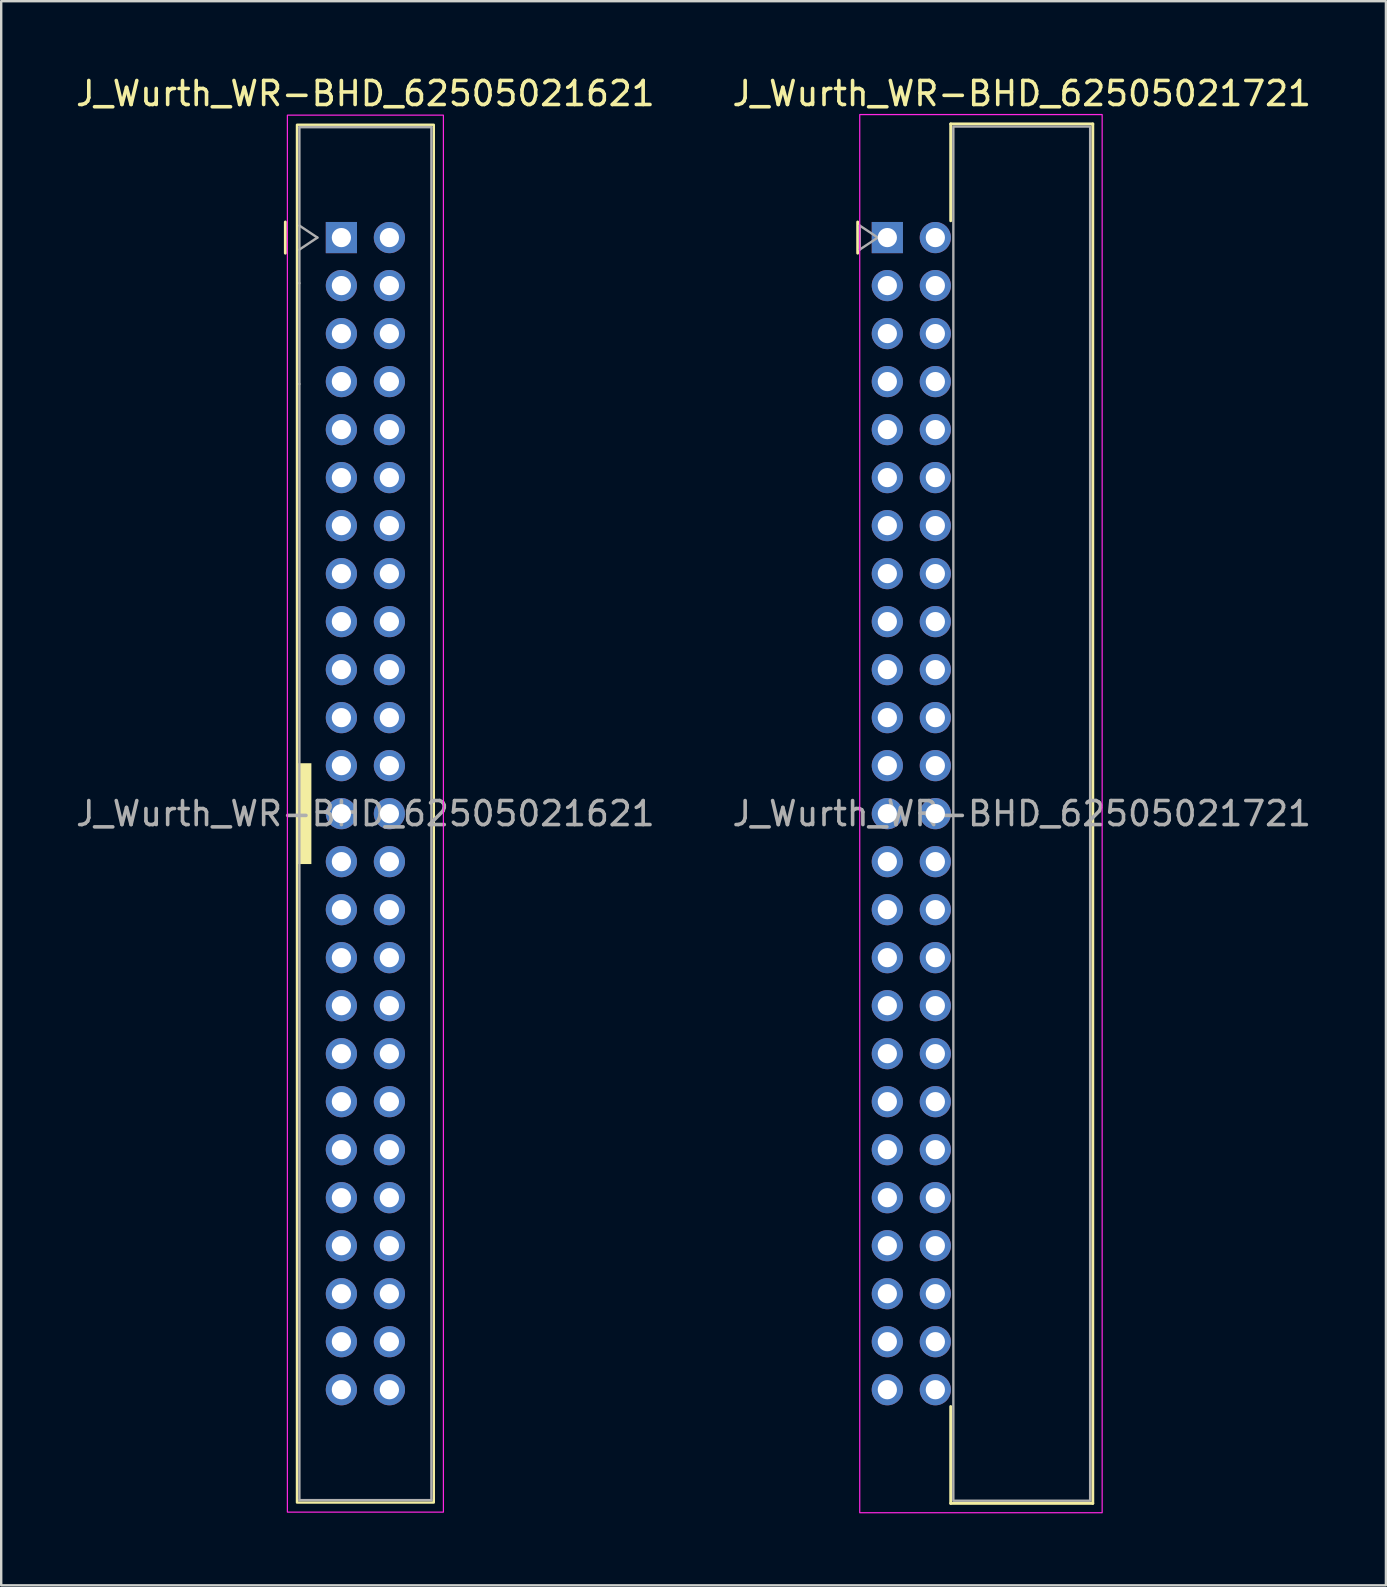
<source format=kicad_pcb>
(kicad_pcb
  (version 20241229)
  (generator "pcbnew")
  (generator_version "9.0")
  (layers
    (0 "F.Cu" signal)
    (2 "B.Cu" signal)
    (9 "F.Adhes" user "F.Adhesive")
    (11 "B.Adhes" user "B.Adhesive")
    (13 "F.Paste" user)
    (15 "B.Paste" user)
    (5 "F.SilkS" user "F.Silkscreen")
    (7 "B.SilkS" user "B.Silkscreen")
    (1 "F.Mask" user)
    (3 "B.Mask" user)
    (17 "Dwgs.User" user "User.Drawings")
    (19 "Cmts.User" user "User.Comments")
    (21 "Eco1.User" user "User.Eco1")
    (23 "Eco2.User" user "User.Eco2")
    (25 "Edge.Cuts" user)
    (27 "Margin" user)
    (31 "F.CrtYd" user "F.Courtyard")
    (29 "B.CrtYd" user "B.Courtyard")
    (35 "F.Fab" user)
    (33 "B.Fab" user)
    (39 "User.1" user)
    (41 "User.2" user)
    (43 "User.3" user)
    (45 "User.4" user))
  (footprint "J_Wurth_WR-BHD_62505021621"
    (layer "F.Cu")
    (at 11.173 6.848)
    (property "Reference" "J_Wurth_WR-BHD_62505021621" (at 1 -6 0) (unlocked yes) (layer "F.SilkS") (effects (font (size 1 1) (thickness 0.15))))
    (attr through_hole)
    (fp_line (start -2.335 -0.65) (end -2.335 0.65) (stroke (width 0.12) (type solid)) (layer "F.SilkS"))
    (fp_rect (start -1.8 21.9) (end -1.25 26.1) (stroke (width 0) (type solid)) (fill yes) (layer "F.SilkS"))
    (fp_poly (pts (xy 3.85 52.7) (xy 3.85 -4.7) (xy -1.85 -4.7) (xy -1.85 52.7)) (stroke (width 0.1) (type solid)) (fill no) (layer "F.SilkS"))
    (fp_poly (pts (xy -2.25 -5.1) (xy -2.25 53.1) (xy 4.25 53.1) (xy 4.25 -5.1)) (stroke (width 0.05) (type solid)) (fill no) (layer "F.CrtYd"))
    (fp_line (start -1.75 -4.6) (end -1.75 1.9) (stroke (width 0.1) (type solid)) (layer "F.Fab"))
    (fp_line (start -1.75 1.9) (end -1.75 6.1) (stroke (width 0.1) (type solid)) (layer "F.Fab"))
    (fp_line (start -1.75 6.1) (end -1.75 52.6) (stroke (width 0.1) (type solid)) (layer "F.Fab"))
    (fp_line (start -1.75 52.6) (end 3.75 52.6) (stroke (width 0.1) (type solid)) (layer "F.Fab"))
    (fp_line (start -1 0) (end -1.75 -0.5) (stroke (width 0.1) (type solid)) (layer "F.Fab"))
    (fp_line (start -1 0) (end -1.75 0.5) (stroke (width 0.1) (type solid)) (layer "F.Fab"))
    (fp_line (start 3.75 -4.6) (end -1.75 -4.6) (stroke (width 0.1) (type solid)) (layer "F.Fab"))
    (fp_line (start 3.75 52.6) (end 3.75 -4.6) (stroke (width 0.1) (type solid)) (layer "F.Fab"))
    (fp_text user "${REFERENCE}" (at 1 24 0) (unlocked yes) (layer "F.Fab") (effects (font (size 1 1) (thickness 0.15))))
    (pad "1" thru_hole rect (at 0 0 270) (size 1.3 1.3) (drill 0.8) (layers "*.Cu" "*.Mask"))
    (pad "2" thru_hole circle (at 2 0 270) (size 1.3 1.3) (drill 0.8) (layers "*.Cu" "*.Mask"))
    (pad "3" thru_hole circle (at 0 2 270) (size 1.3 1.3) (drill 0.8) (layers "*.Cu" "*.Mask"))
    (pad "4" thru_hole circle (at 2 2 270) (size 1.3 1.3) (drill 0.8) (layers "*.Cu" "*.Mask"))
    (pad "5" thru_hole circle (at 0 4 270) (size 1.3 1.3) (drill 0.8) (layers "*.Cu" "*.Mask"))
    (pad "6" thru_hole circle (at 2 4 270) (size 1.3 1.3) (drill 0.8) (layers "*.Cu" "*.Mask"))
    (pad "7" thru_hole circle (at 0 6 270) (size 1.3 1.3) (drill 0.8) (layers "*.Cu" "*.Mask"))
    (pad "8" thru_hole circle (at 2 6 270) (size 1.3 1.3) (drill 0.8) (layers "*.Cu" "*.Mask"))
    (pad "9" thru_hole circle (at 0 8 270) (size 1.3 1.3) (drill 0.8) (layers "*.Cu" "*.Mask"))
    (pad "10" thru_hole circle (at 2 8 270) (size 1.3 1.3) (drill 0.8) (layers "*.Cu" "*.Mask"))
    (pad "11" thru_hole circle (at 0 10 270) (size 1.3 1.3) (drill 0.8) (layers "*.Cu" "*.Mask"))
    (pad "12" thru_hole circle (at 2 10 270) (size 1.3 1.3) (drill 0.8) (layers "*.Cu" "*.Mask"))
    (pad "13" thru_hole circle (at 0 12 270) (size 1.3 1.3) (drill 0.8) (layers "*.Cu" "*.Mask"))
    (pad "14" thru_hole circle (at 2 12 270) (size 1.3 1.3) (drill 0.8) (layers "*.Cu" "*.Mask"))
    (pad "15" thru_hole circle (at 0 14 270) (size 1.3 1.3) (drill 0.8) (layers "*.Cu" "*.Mask"))
    (pad "16" thru_hole circle (at 2 14 270) (size 1.3 1.3) (drill 0.8) (layers "*.Cu" "*.Mask"))
    (pad "17" thru_hole circle (at 0 16 270) (size 1.3 1.3) (drill 0.8) (layers "*.Cu" "*.Mask"))
    (pad "18" thru_hole circle (at 2 16 270) (size 1.3 1.3) (drill 0.8) (layers "*.Cu" "*.Mask"))
    (pad "19" thru_hole circle (at 0 18 270) (size 1.3 1.3) (drill 0.8) (layers "*.Cu" "*.Mask"))
    (pad "20" thru_hole circle (at 2 18 270) (size 1.3 1.3) (drill 0.8) (layers "*.Cu" "*.Mask"))
    (pad "21" thru_hole circle (at 0 20 270) (size 1.3 1.3) (drill 0.8) (layers "*.Cu" "*.Mask"))
    (pad "22" thru_hole circle (at 2 20 270) (size 1.3 1.3) (drill 0.8) (layers "*.Cu" "*.Mask"))
    (pad "23" thru_hole circle (at 0 22 270) (size 1.3 1.3) (drill 0.8) (layers "*.Cu" "*.Mask"))
    (pad "24" thru_hole circle (at 2 22 270) (size 1.3 1.3) (drill 0.8) (layers "*.Cu" "*.Mask"))
    (pad "25" thru_hole circle (at 0 24 270) (size 1.3 1.3) (drill 0.8) (layers "*.Cu" "*.Mask"))
    (pad "26" thru_hole circle (at 2 24 270) (size 1.3 1.3) (drill 0.8) (layers "*.Cu" "*.Mask"))
    (pad "27" thru_hole circle (at 0 26 270) (size 1.3 1.3) (drill 0.8) (layers "*.Cu" "*.Mask"))
    (pad "28" thru_hole circle (at 2 26 270) (size 1.3 1.3) (drill 0.8) (layers "*.Cu" "*.Mask"))
    (pad "29" thru_hole circle (at 0 28 270) (size 1.3 1.3) (drill 0.8) (layers "*.Cu" "*.Mask"))
    (pad "30" thru_hole circle (at 2 28 270) (size 1.3 1.3) (drill 0.8) (layers "*.Cu" "*.Mask"))
    (pad "31" thru_hole circle (at 0 30 270) (size 1.3 1.3) (drill 0.8) (layers "*.Cu" "*.Mask"))
    (pad "32" thru_hole circle (at 2 30 270) (size 1.3 1.3) (drill 0.8) (layers "*.Cu" "*.Mask"))
    (pad "33" thru_hole circle (at 0 32 270) (size 1.3 1.3) (drill 0.8) (layers "*.Cu" "*.Mask"))
    (pad "34" thru_hole circle (at 2 32 270) (size 1.3 1.3) (drill 0.8) (layers "*.Cu" "*.Mask"))
    (pad "35" thru_hole circle (at 0 34 270) (size 1.3 1.3) (drill 0.8) (layers "*.Cu" "*.Mask"))
    (pad "36" thru_hole circle (at 2 34 270) (size 1.3 1.3) (drill 0.8) (layers "*.Cu" "*.Mask"))
    (pad "37" thru_hole circle (at 0 36 270) (size 1.3 1.3) (drill 0.8) (layers "*.Cu" "*.Mask"))
    (pad "38" thru_hole circle (at 2 36 270) (size 1.3 1.3) (drill 0.8) (layers "*.Cu" "*.Mask"))
    (pad "39" thru_hole circle (at 0 38 270) (size 1.3 1.3) (drill 0.8) (layers "*.Cu" "*.Mask"))
    (pad "40" thru_hole circle (at 2 38 270) (size 1.3 1.3) (drill 0.8) (layers "*.Cu" "*.Mask"))
    (pad "41" thru_hole circle (at 0 40 270) (size 1.3 1.3) (drill 0.8) (layers "*.Cu" "*.Mask"))
    (pad "42" thru_hole circle (at 2 40 270) (size 1.3 1.3) (drill 0.8) (layers "*.Cu" "*.Mask"))
    (pad "43" thru_hole circle (at 0 42 270) (size 1.3 1.3) (drill 0.8) (layers "*.Cu" "*.Mask"))
    (pad "44" thru_hole circle (at 2 42 270) (size 1.3 1.3) (drill 0.8) (layers "*.Cu" "*.Mask"))
    (pad "45" thru_hole circle (at 0 44 270) (size 1.3 1.3) (drill 0.8) (layers "*.Cu" "*.Mask"))
    (pad "46" thru_hole circle (at 2 44 270) (size 1.3 1.3) (drill 0.8) (layers "*.Cu" "*.Mask"))
    (pad "47" thru_hole circle (at 0 46 270) (size 1.3 1.3) (drill 0.8) (layers "*.Cu" "*.Mask"))
    (pad "48" thru_hole circle (at 2 46 270) (size 1.3 1.3) (drill 0.8) (layers "*.Cu" "*.Mask"))
    (pad "49" thru_hole circle (at 0 48 270) (size 1.3 1.3) (drill 0.8) (layers "*.Cu" "*.Mask"))
    (pad "50" thru_hole circle (at 2 48 270) (size 1.3 1.3) (drill 0.8) (layers "*.Cu" "*.Mask")))
  (footprint "J_Wurth_WR-BHD_62505021721"
    (layer "F.Cu")
    (at 33.918 6.848)
    (property "Reference" "J_Wurth_WR-BHD_62505021721" (at 5.6 -6 0) (unlocked yes) (layer "F.SilkS") (effects (font (size 1 1) (thickness 0.15))))
    (attr through_hole)
    (fp_line (start -1.235 0.65) (end -1.235 -0.65) (stroke (width 0.12) (type solid)) (layer "F.SilkS"))
    (fp_line (start 2.64 -4.735) (end 8.56 -4.735) (stroke (width 0.12) (type default)) (layer "F.SilkS"))
    (fp_line (start 2.64 -0.7) (end 2.64 -4.735) (stroke (width 0.12) (type solid)) (layer "F.SilkS"))
    (fp_line (start 2.64 52.735) (end 2.64 48.7) (stroke (width 0.12) (type solid)) (layer "F.SilkS"))
    (fp_line (start 8.56 -4.735) (end 8.56 52.735) (stroke (width 0.12) (type default)) (layer "F.SilkS"))
    (fp_line (start 8.56 52.735) (end 2.64 52.735) (stroke (width 0.12) (type default)) (layer "F.SilkS"))
    (fp_rect (start -1.15 -5.125) (end 8.95 53.125) (stroke (width 0.05) (type solid)) (fill no) (layer "F.CrtYd"))
    (fp_line (start -1.15 0.5) (end -1.15 -0.5) (stroke (width 0.1) (type default)) (layer "F.Fab"))
    (fp_line (start -0.4 0) (end -1.15 -0.5) (stroke (width 0.1) (type solid)) (layer "F.Fab"))
    (fp_line (start -0.4 0) (end -1.15 0.5) (stroke (width 0.1) (type solid)) (layer "F.Fab"))
    (fp_rect (start 2.75 -4.625) (end 8.45 52.625) (stroke (width 0.1) (type solid)) (fill no) (layer "F.Fab"))
    (fp_text user "${REFERENCE}" (at 5.6 24 0) (unlocked yes) (layer "F.Fab") (effects (font (size 1 1) (thickness 0.15))))
    (pad "1" thru_hole rect (at 0 0 90) (size 1.3 1.3) (drill 0.8) (layers "*.Cu" "*.Mask"))
    (pad "2" thru_hole circle (at 2 0 90) (size 1.3 1.3) (drill 0.8) (layers "*.Cu" "*.Mask"))
    (pad "3" thru_hole circle (at 0 2 90) (size 1.3 1.3) (drill 0.8) (layers "*.Cu" "*.Mask"))
    (pad "4" thru_hole circle (at 2 2 90) (size 1.3 1.3) (drill 0.8) (layers "*.Cu" "*.Mask"))
    (pad "5" thru_hole circle (at 0 4 90) (size 1.3 1.3) (drill 0.8) (layers "*.Cu" "*.Mask"))
    (pad "6" thru_hole circle (at 2 4 90) (size 1.3 1.3) (drill 0.8) (layers "*.Cu" "*.Mask"))
    (pad "7" thru_hole circle (at 0 6 90) (size 1.3 1.3) (drill 0.8) (layers "*.Cu" "*.Mask"))
    (pad "8" thru_hole circle (at 2 6 90) (size 1.3 1.3) (drill 0.8) (layers "*.Cu" "*.Mask"))
    (pad "9" thru_hole circle (at 0 8 90) (size 1.3 1.3) (drill 0.8) (layers "*.Cu" "*.Mask"))
    (pad "10" thru_hole circle (at 2 8 90) (size 1.3 1.3) (drill 0.8) (layers "*.Cu" "*.Mask"))
    (pad "11" thru_hole circle (at 0 10 90) (size 1.3 1.3) (drill 0.8) (layers "*.Cu" "*.Mask"))
    (pad "12" thru_hole circle (at 2 10 90) (size 1.3 1.3) (drill 0.8) (layers "*.Cu" "*.Mask"))
    (pad "13" thru_hole circle (at 0 12 90) (size 1.3 1.3) (drill 0.8) (layers "*.Cu" "*.Mask"))
    (pad "14" thru_hole circle (at 2 12 90) (size 1.3 1.3) (drill 0.8) (layers "*.Cu" "*.Mask"))
    (pad "15" thru_hole circle (at 0 14 90) (size 1.3 1.3) (drill 0.8) (layers "*.Cu" "*.Mask"))
    (pad "16" thru_hole circle (at 2 14 90) (size 1.3 1.3) (drill 0.8) (layers "*.Cu" "*.Mask"))
    (pad "17" thru_hole circle (at 0 16 90) (size 1.3 1.3) (drill 0.8) (layers "*.Cu" "*.Mask"))
    (pad "18" thru_hole circle (at 2 16 90) (size 1.3 1.3) (drill 0.8) (layers "*.Cu" "*.Mask"))
    (pad "19" thru_hole circle (at 0 18 90) (size 1.3 1.3) (drill 0.8) (layers "*.Cu" "*.Mask"))
    (pad "20" thru_hole circle (at 2 18 90) (size 1.3 1.3) (drill 0.8) (layers "*.Cu" "*.Mask"))
    (pad "21" thru_hole circle (at 0 20 90) (size 1.3 1.3) (drill 0.8) (layers "*.Cu" "*.Mask"))
    (pad "22" thru_hole circle (at 2 20 90) (size 1.3 1.3) (drill 0.8) (layers "*.Cu" "*.Mask"))
    (pad "23" thru_hole circle (at 0 22 90) (size 1.3 1.3) (drill 0.8) (layers "*.Cu" "*.Mask"))
    (pad "24" thru_hole circle (at 2 22 90) (size 1.3 1.3) (drill 0.8) (layers "*.Cu" "*.Mask"))
    (pad "25" thru_hole circle (at 0 24 90) (size 1.3 1.3) (drill 0.8) (layers "*.Cu" "*.Mask"))
    (pad "26" thru_hole circle (at 2 24 90) (size 1.3 1.3) (drill 0.8) (layers "*.Cu" "*.Mask"))
    (pad "27" thru_hole circle (at 0 26 90) (size 1.3 1.3) (drill 0.8) (layers "*.Cu" "*.Mask"))
    (pad "28" thru_hole circle (at 2 26 90) (size 1.3 1.3) (drill 0.8) (layers "*.Cu" "*.Mask"))
    (pad "29" thru_hole circle (at 0 28 90) (size 1.3 1.3) (drill 0.8) (layers "*.Cu" "*.Mask"))
    (pad "30" thru_hole circle (at 2 28 90) (size 1.3 1.3) (drill 0.8) (layers "*.Cu" "*.Mask"))
    (pad "31" thru_hole circle (at 0 30 90) (size 1.3 1.3) (drill 0.8) (layers "*.Cu" "*.Mask"))
    (pad "32" thru_hole circle (at 2 30 90) (size 1.3 1.3) (drill 0.8) (layers "*.Cu" "*.Mask"))
    (pad "33" thru_hole circle (at 0 32 90) (size 1.3 1.3) (drill 0.8) (layers "*.Cu" "*.Mask"))
    (pad "34" thru_hole circle (at 2 32 90) (size 1.3 1.3) (drill 0.8) (layers "*.Cu" "*.Mask"))
    (pad "35" thru_hole circle (at 0 34 90) (size 1.3 1.3) (drill 0.8) (layers "*.Cu" "*.Mask"))
    (pad "36" thru_hole circle (at 2 34 90) (size 1.3 1.3) (drill 0.8) (layers "*.Cu" "*.Mask"))
    (pad "37" thru_hole circle (at 0 36 90) (size 1.3 1.3) (drill 0.8) (layers "*.Cu" "*.Mask"))
    (pad "38" thru_hole circle (at 2 36 90) (size 1.3 1.3) (drill 0.8) (layers "*.Cu" "*.Mask"))
    (pad "39" thru_hole circle (at 0 38 90) (size 1.3 1.3) (drill 0.8) (layers "*.Cu" "*.Mask"))
    (pad "40" thru_hole circle (at 2 38 90) (size 1.3 1.3) (drill 0.8) (layers "*.Cu" "*.Mask"))
    (pad "41" thru_hole circle (at 0 40 90) (size 1.3 1.3) (drill 0.8) (layers "*.Cu" "*.Mask"))
    (pad "42" thru_hole circle (at 2 40 90) (size 1.3 1.3) (drill 0.8) (layers "*.Cu" "*.Mask"))
    (pad "43" thru_hole circle (at 0 42 90) (size 1.3 1.3) (drill 0.8) (layers "*.Cu" "*.Mask"))
    (pad "44" thru_hole circle (at 2 42 90) (size 1.3 1.3) (drill 0.8) (layers "*.Cu" "*.Mask"))
    (pad "45" thru_hole circle (at 0 44 90) (size 1.3 1.3) (drill 0.8) (layers "*.Cu" "*.Mask"))
    (pad "46" thru_hole circle (at 2 44 90) (size 1.3 1.3) (drill 0.8) (layers "*.Cu" "*.Mask"))
    (pad "47" thru_hole circle (at 0 46 90) (size 1.3 1.3) (drill 0.8) (layers "*.Cu" "*.Mask"))
    (pad "48" thru_hole circle (at 2 46 90) (size 1.3 1.3) (drill 0.8) (layers "*.Cu" "*.Mask"))
    (pad "49" thru_hole circle (at 0 48 90) (size 1.3 1.3) (drill 0.8) (layers "*.Cu" "*.Mask"))
    (pad "50" thru_hole circle (at 2 48 90) (size 1.3 1.3) (drill 0.8) (layers "*.Cu" "*.Mask")))
  (gr_rect
    (start -3 -3)
    (end 54.69 62.998)
    (stroke (width 0.1) (type default))
    (fill no)
    (layer "Edge.Cuts")))
</source>
